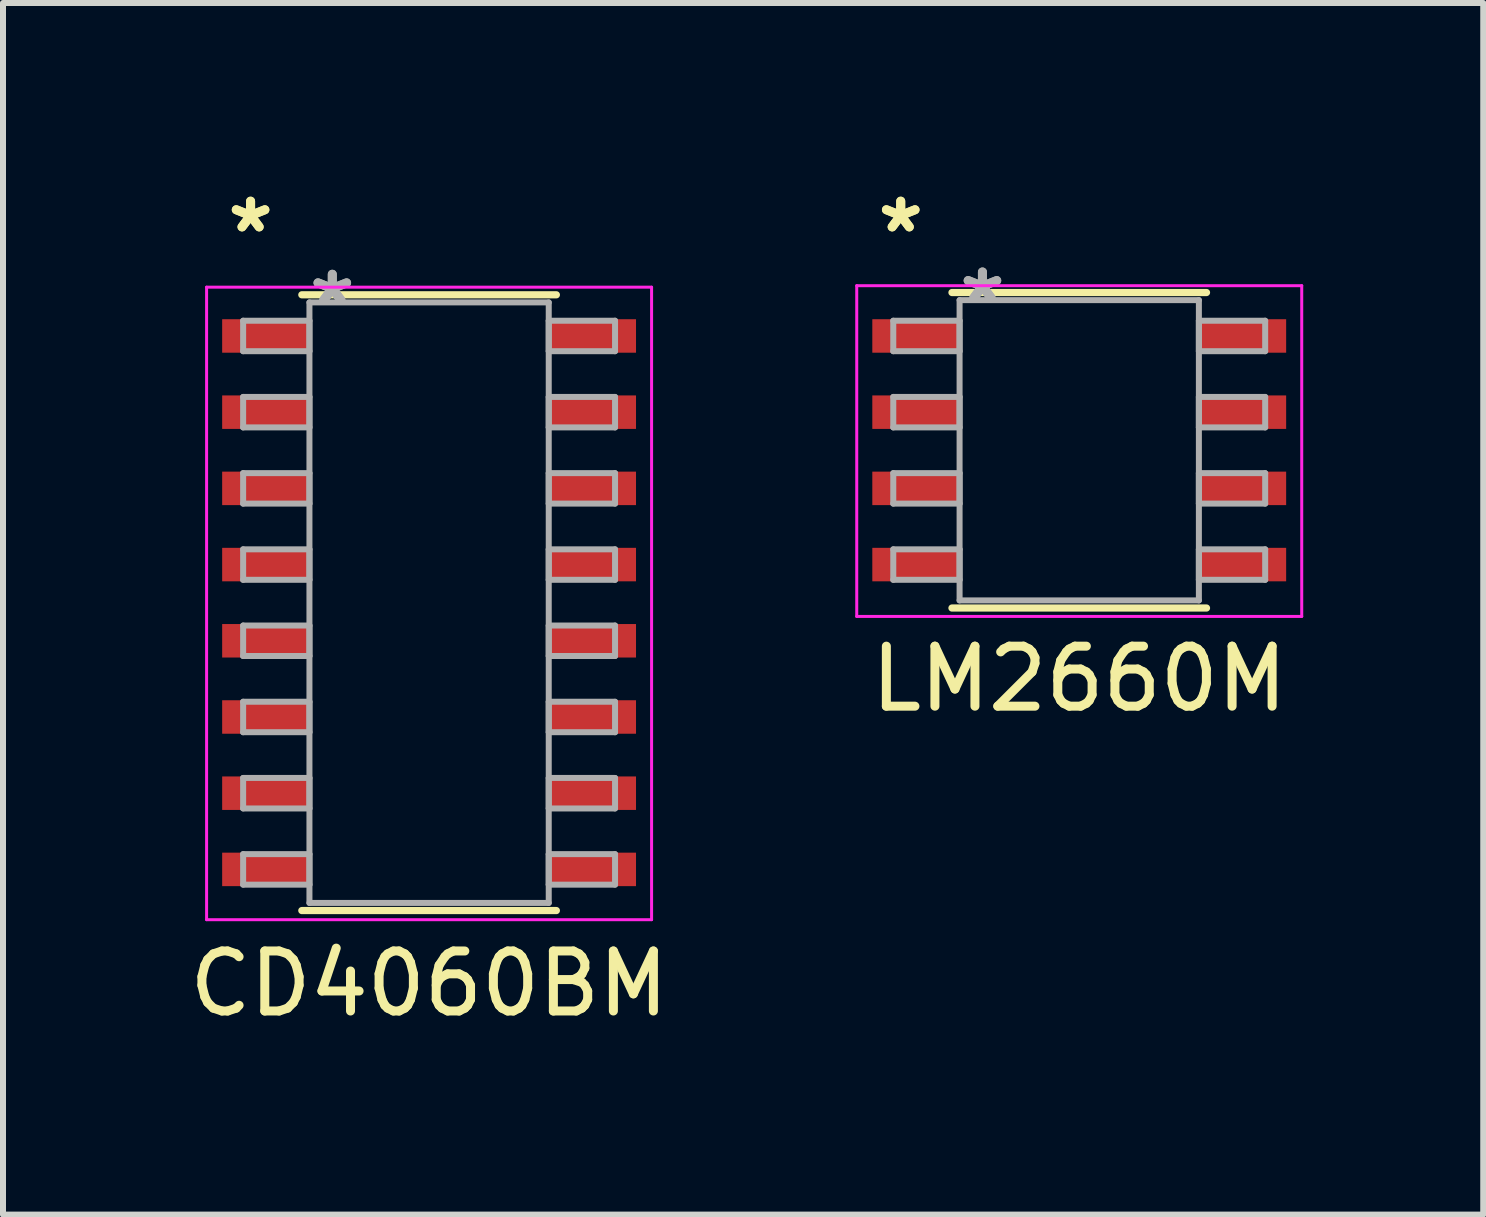
<source format=kicad_pcb>
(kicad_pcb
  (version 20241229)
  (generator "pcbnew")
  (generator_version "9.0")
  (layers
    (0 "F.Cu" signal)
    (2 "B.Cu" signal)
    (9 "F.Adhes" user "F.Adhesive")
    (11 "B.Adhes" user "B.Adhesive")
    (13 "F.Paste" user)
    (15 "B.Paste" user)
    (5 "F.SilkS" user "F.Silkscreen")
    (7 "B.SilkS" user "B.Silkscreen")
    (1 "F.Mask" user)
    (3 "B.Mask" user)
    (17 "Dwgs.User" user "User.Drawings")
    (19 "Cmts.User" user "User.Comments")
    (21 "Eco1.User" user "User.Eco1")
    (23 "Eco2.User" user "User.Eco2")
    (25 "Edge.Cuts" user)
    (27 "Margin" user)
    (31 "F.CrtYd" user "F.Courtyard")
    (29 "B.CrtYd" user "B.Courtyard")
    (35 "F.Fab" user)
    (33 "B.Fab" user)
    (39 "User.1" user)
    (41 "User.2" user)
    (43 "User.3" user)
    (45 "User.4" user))
  (footprint "CD4060BM"
    (layer "F.Cu")
    (at 4.101 6.994)
    (property "Reference" "CD4060BM" (at 0 6.35 0) (layer "F.SilkS") (effects (font (size 1 1) (thickness 0.15))))
    (attr through_hole)
    (fp_line (start -2.121 5.131) (end 2.121 5.131) (stroke (width 0.12) (type solid)) (layer "F.SilkS"))
    (fp_line (start 2.121 -5.131) (end -2.121 -5.131) (stroke (width 0.12) (type solid)) (layer "F.SilkS"))
    (fp_line (start -3.708 -5.258) (end -3.708 5.283) (stroke (width 0.05) (type solid)) (layer "F.CrtYd"))
    (fp_line (start -3.708 5.283) (end 3.708 5.283) (stroke (width 0.05) (type solid)) (layer "F.CrtYd"))
    (fp_line (start 3.708 -5.258) (end -3.708 -5.258) (stroke (width 0.05) (type solid)) (layer "F.CrtYd"))
    (fp_line (start 3.708 5.283) (end 3.708 -5.258) (stroke (width 0.05) (type solid)) (layer "F.CrtYd"))
    (fp_line (start -3.099 -4.699) (end -3.099 -4.191) (stroke (width 0.1) (type solid)) (layer "F.Fab"))
    (fp_line (start -3.099 -4.191) (end -1.994 -4.191) (stroke (width 0.1) (type solid)) (layer "F.Fab"))
    (fp_line (start -3.099 -3.429) (end -3.099 -2.921) (stroke (width 0.1) (type solid)) (layer "F.Fab"))
    (fp_line (start -3.099 -2.921) (end -1.994 -2.921) (stroke (width 0.1) (type solid)) (layer "F.Fab"))
    (fp_line (start -3.099 -2.159) (end -3.099 -1.651) (stroke (width 0.1) (type solid)) (layer "F.Fab"))
    (fp_line (start -3.099 -1.651) (end -1.994 -1.651) (stroke (width 0.1) (type solid)) (layer "F.Fab"))
    (fp_line (start -3.099 -0.889) (end -3.099 -0.381) (stroke (width 0.1) (type solid)) (layer "F.Fab"))
    (fp_line (start -3.099 -0.381) (end -1.994 -0.381) (stroke (width 0.1) (type solid)) (layer "F.Fab"))
    (fp_line (start -3.099 0.381) (end -3.099 0.889) (stroke (width 0.1) (type solid)) (layer "F.Fab"))
    (fp_line (start -3.099 0.889) (end -1.994 0.889) (stroke (width 0.1) (type solid)) (layer "F.Fab"))
    (fp_line (start -3.099 1.651) (end -3.099 2.159) (stroke (width 0.1) (type solid)) (layer "F.Fab"))
    (fp_line (start -3.099 2.159) (end -1.994 2.159) (stroke (width 0.1) (type solid)) (layer "F.Fab"))
    (fp_line (start -3.099 2.921) (end -3.099 3.429) (stroke (width 0.1) (type solid)) (layer "F.Fab"))
    (fp_line (start -3.099 3.429) (end -1.994 3.429) (stroke (width 0.1) (type solid)) (layer "F.Fab"))
    (fp_line (start -3.099 4.191) (end -3.099 4.699) (stroke (width 0.1) (type solid)) (layer "F.Fab"))
    (fp_line (start -3.099 4.699) (end -1.994 4.699) (stroke (width 0.1) (type solid)) (layer "F.Fab"))
    (fp_line (start -1.994 -5.004) (end -1.994 5.004) (stroke (width 0.1) (type solid)) (layer "F.Fab"))
    (fp_line (start -1.994 -4.699) (end -3.099 -4.699) (stroke (width 0.1) (type solid)) (layer "F.Fab"))
    (fp_line (start -1.994 -4.191) (end -1.994 -4.699) (stroke (width 0.1) (type solid)) (layer "F.Fab"))
    (fp_line (start -1.994 -3.429) (end -3.099 -3.429) (stroke (width 0.1) (type solid)) (layer "F.Fab"))
    (fp_line (start -1.994 -2.921) (end -1.994 -3.429) (stroke (width 0.1) (type solid)) (layer "F.Fab"))
    (fp_line (start -1.994 -2.159) (end -3.099 -2.159) (stroke (width 0.1) (type solid)) (layer "F.Fab"))
    (fp_line (start -1.994 -1.651) (end -1.994 -2.159) (stroke (width 0.1) (type solid)) (layer "F.Fab"))
    (fp_line (start -1.994 -0.889) (end -3.099 -0.889) (stroke (width 0.1) (type solid)) (layer "F.Fab"))
    (fp_line (start -1.994 -0.381) (end -1.994 -0.889) (stroke (width 0.1) (type solid)) (layer "F.Fab"))
    (fp_line (start -1.994 0.381) (end -3.099 0.381) (stroke (width 0.1) (type solid)) (layer "F.Fab"))
    (fp_line (start -1.994 0.889) (end -1.994 0.381) (stroke (width 0.1) (type solid)) (layer "F.Fab"))
    (fp_line (start -1.994 1.651) (end -3.099 1.651) (stroke (width 0.1) (type solid)) (layer "F.Fab"))
    (fp_line (start -1.994 2.159) (end -1.994 1.651) (stroke (width 0.1) (type solid)) (layer "F.Fab"))
    (fp_line (start -1.994 2.921) (end -3.099 2.921) (stroke (width 0.1) (type solid)) (layer "F.Fab"))
    (fp_line (start -1.994 3.429) (end -1.994 2.921) (stroke (width 0.1) (type solid)) (layer "F.Fab"))
    (fp_line (start -1.994 4.191) (end -3.099 4.191) (stroke (width 0.1) (type solid)) (layer "F.Fab"))
    (fp_line (start -1.994 4.699) (end -1.994 4.191) (stroke (width 0.1) (type solid)) (layer "F.Fab"))
    (fp_line (start -1.994 5.004) (end 1.994 5.004) (stroke (width 0.1) (type solid)) (layer "F.Fab"))
    (fp_line (start 1.994 -5.004) (end -1.994 -5.004) (stroke (width 0.1) (type solid)) (layer "F.Fab"))
    (fp_line (start 1.994 -4.699) (end 1.994 -4.191) (stroke (width 0.1) (type solid)) (layer "F.Fab"))
    (fp_line (start 1.994 -4.191) (end 3.099 -4.191) (stroke (width 0.1) (type solid)) (layer "F.Fab"))
    (fp_line (start 1.994 -3.429) (end 1.994 -2.921) (stroke (width 0.1) (type solid)) (layer "F.Fab"))
    (fp_line (start 1.994 -2.921) (end 3.099 -2.921) (stroke (width 0.1) (type solid)) (layer "F.Fab"))
    (fp_line (start 1.994 -2.159) (end 1.994 -1.651) (stroke (width 0.1) (type solid)) (layer "F.Fab"))
    (fp_line (start 1.994 -1.651) (end 3.099 -1.651) (stroke (width 0.1) (type solid)) (layer "F.Fab"))
    (fp_line (start 1.994 -0.889) (end 1.994 -0.381) (stroke (width 0.1) (type solid)) (layer "F.Fab"))
    (fp_line (start 1.994 -0.381) (end 3.099 -0.381) (stroke (width 0.1) (type solid)) (layer "F.Fab"))
    (fp_line (start 1.994 0.381) (end 1.994 0.889) (stroke (width 0.1) (type solid)) (layer "F.Fab"))
    (fp_line (start 1.994 0.889) (end 3.099 0.889) (stroke (width 0.1) (type solid)) (layer "F.Fab"))
    (fp_line (start 1.994 1.651) (end 1.994 2.159) (stroke (width 0.1) (type solid)) (layer "F.Fab"))
    (fp_line (start 1.994 2.159) (end 3.099 2.159) (stroke (width 0.1) (type solid)) (layer "F.Fab"))
    (fp_line (start 1.994 2.921) (end 1.994 3.429) (stroke (width 0.1) (type solid)) (layer "F.Fab"))
    (fp_line (start 1.994 3.429) (end 3.099 3.429) (stroke (width 0.1) (type solid)) (layer "F.Fab"))
    (fp_line (start 1.994 4.191) (end 1.994 4.699) (stroke (width 0.1) (type solid)) (layer "F.Fab"))
    (fp_line (start 1.994 4.699) (end 3.099 4.699) (stroke (width 0.1) (type solid)) (layer "F.Fab"))
    (fp_line (start 1.994 5.004) (end 1.994 -5.004) (stroke (width 0.1) (type solid)) (layer "F.Fab"))
    (fp_line (start 3.099 -4.699) (end 1.994 -4.699) (stroke (width 0.1) (type solid)) (layer "F.Fab"))
    (fp_line (start 3.099 -4.191) (end 3.099 -4.699) (stroke (width 0.1) (type solid)) (layer "F.Fab"))
    (fp_line (start 3.099 -3.429) (end 1.994 -3.429) (stroke (width 0.1) (type solid)) (layer "F.Fab"))
    (fp_line (start 3.099 -2.921) (end 3.099 -3.429) (stroke (width 0.1) (type solid)) (layer "F.Fab"))
    (fp_line (start 3.099 -2.159) (end 1.994 -2.159) (stroke (width 0.1) (type solid)) (layer "F.Fab"))
    (fp_line (start 3.099 -1.651) (end 3.099 -2.159) (stroke (width 0.1) (type solid)) (layer "F.Fab"))
    (fp_line (start 3.099 -0.889) (end 1.994 -0.889) (stroke (width 0.1) (type solid)) (layer "F.Fab"))
    (fp_line (start 3.099 -0.381) (end 3.099 -0.889) (stroke (width 0.1) (type solid)) (layer "F.Fab"))
    (fp_line (start 3.099 0.381) (end 1.994 0.381) (stroke (width 0.1) (type solid)) (layer "F.Fab"))
    (fp_line (start 3.099 0.889) (end 3.099 0.381) (stroke (width 0.1) (type solid)) (layer "F.Fab"))
    (fp_line (start 3.099 1.651) (end 1.994 1.651) (stroke (width 0.1) (type solid)) (layer "F.Fab"))
    (fp_line (start 3.099 2.159) (end 3.099 1.651) (stroke (width 0.1) (type solid)) (layer "F.Fab"))
    (fp_line (start 3.099 2.921) (end 1.994 2.921) (stroke (width 0.1) (type solid)) (layer "F.Fab"))
    (fp_line (start 3.099 3.429) (end 3.099 2.921) (stroke (width 0.1) (type solid)) (layer "F.Fab"))
    (fp_line (start 3.099 4.191) (end 1.994 4.191) (stroke (width 0.1) (type solid)) (layer "F.Fab"))
    (fp_line (start 3.099 4.699) (end 3.099 4.191) (stroke (width 0.1) (type solid)) (layer "F.Fab"))
    (fp_text user "*" (at -2.975 -6.146 0) (layer "F.SilkS") (effects (font (size 1 1) (thickness 0.15))))
    (fp_text user "*" (at -2.975 -6.146 0) (layer "F.SilkS") (effects (font (size 1 1) (thickness 0.15))))
    (fp_text user "*" (at -1.613 -4.928 0) (layer "F.Fab") (effects (font (size 1 1) (thickness 0.15))))
    (fp_text user "*" (at -1.613 -4.928 0) (layer "F.Fab") (effects (font (size 1 1) (thickness 0.15))))
    (pad "1" smd rect (at -2.721 -4.445) (size 1.455 0.558) (layers "F.Cu" "F.Mask" "F.Paste"))
    (pad "2" smd rect (at -2.721 -3.175) (size 1.455 0.558) (layers "F.Cu" "F.Mask" "F.Paste"))
    (pad "3" smd rect (at -2.721 -1.905) (size 1.455 0.558) (layers "F.Cu" "F.Mask" "F.Paste"))
    (pad "4" smd rect (at -2.721 -0.635) (size 1.455 0.558) (layers "F.Cu" "F.Mask" "F.Paste"))
    (pad "5" smd rect (at -2.721 0.635) (size 1.455 0.558) (layers "F.Cu" "F.Mask" "F.Paste"))
    (pad "6" smd rect (at -2.721 1.905) (size 1.455 0.558) (layers "F.Cu" "F.Mask" "F.Paste"))
    (pad "7" smd rect (at -2.721 3.175) (size 1.455 0.558) (layers "F.Cu" "F.Mask" "F.Paste"))
    (pad "8" smd rect (at -2.721 4.445) (size 1.455 0.558) (layers "F.Cu" "F.Mask" "F.Paste"))
    (pad "9" smd rect (at 2.721 4.445) (size 1.455 0.558) (layers "F.Cu" "F.Mask" "F.Paste"))
    (pad "10" smd rect (at 2.721 3.175) (size 1.455 0.558) (layers "F.Cu" "F.Mask" "F.Paste"))
    (pad "11" smd rect (at 2.721 1.905) (size 1.455 0.558) (layers "F.Cu" "F.Mask" "F.Paste"))
    (pad "12" smd rect (at 2.721 0.635) (size 1.455 0.558) (layers "F.Cu" "F.Mask" "F.Paste"))
    (pad "13" smd rect (at 2.721 -0.635) (size 1.455 0.558) (layers "F.Cu" "F.Mask" "F.Paste"))
    (pad "14" smd rect (at 2.721 -1.905) (size 1.455 0.558) (layers "F.Cu" "F.Mask" "F.Paste"))
    (pad "15" smd rect (at 2.721 -3.175) (size 1.455 0.558) (layers "F.Cu" "F.Mask" "F.Paste"))
    (pad "16" smd rect (at 2.721 -4.445) (size 1.455 0.558) (layers "F.Cu" "F.Mask" "F.Paste")))
  (footprint "LM2660M"
    (layer "F.Cu")
    (at 14.936 4.454)
    (property "Reference" "LM2660M" (at 0 3.81 0) (layer "F.SilkS") (effects (font (size 1 1) (thickness 0.15))))
    (attr through_hole)
    (fp_line (start -2.121 2.629) (end 2.121 2.629) (stroke (width 0.12) (type solid)) (layer "F.SilkS"))
    (fp_line (start 2.121 -2.629) (end -2.121 -2.629) (stroke (width 0.12) (type solid)) (layer "F.SilkS"))
    (fp_line (start -3.708 -2.743) (end -3.708 2.769) (stroke (width 0.05) (type solid)) (layer "F.CrtYd"))
    (fp_line (start -3.708 2.769) (end 3.708 2.769) (stroke (width 0.05) (type solid)) (layer "F.CrtYd"))
    (fp_line (start 3.708 -2.743) (end -3.708 -2.743) (stroke (width 0.05) (type solid)) (layer "F.CrtYd"))
    (fp_line (start 3.708 2.769) (end 3.708 -2.743) (stroke (width 0.05) (type solid)) (layer "F.CrtYd"))
    (fp_line (start -3.099 -2.159) (end -3.099 -1.651) (stroke (width 0.1) (type solid)) (layer "F.Fab"))
    (fp_line (start -3.099 -1.651) (end -1.994 -1.651) (stroke (width 0.1) (type solid)) (layer "F.Fab"))
    (fp_line (start -3.099 -0.889) (end -3.099 -0.381) (stroke (width 0.1) (type solid)) (layer "F.Fab"))
    (fp_line (start -3.099 -0.381) (end -1.994 -0.381) (stroke (width 0.1) (type solid)) (layer "F.Fab"))
    (fp_line (start -3.099 0.381) (end -3.099 0.889) (stroke (width 0.1) (type solid)) (layer "F.Fab"))
    (fp_line (start -3.099 0.889) (end -1.994 0.889) (stroke (width 0.1) (type solid)) (layer "F.Fab"))
    (fp_line (start -3.099 1.651) (end -3.099 2.159) (stroke (width 0.1) (type solid)) (layer "F.Fab"))
    (fp_line (start -3.099 2.159) (end -1.994 2.159) (stroke (width 0.1) (type solid)) (layer "F.Fab"))
    (fp_line (start -1.994 -2.502) (end -1.994 2.502) (stroke (width 0.1) (type solid)) (layer "F.Fab"))
    (fp_line (start -1.994 -2.159) (end -3.099 -2.159) (stroke (width 0.1) (type solid)) (layer "F.Fab"))
    (fp_line (start -1.994 -1.651) (end -1.994 -2.159) (stroke (width 0.1) (type solid)) (layer "F.Fab"))
    (fp_line (start -1.994 -0.889) (end -3.099 -0.889) (stroke (width 0.1) (type solid)) (layer "F.Fab"))
    (fp_line (start -1.994 -0.381) (end -1.994 -0.889) (stroke (width 0.1) (type solid)) (layer "F.Fab"))
    (fp_line (start -1.994 0.381) (end -3.099 0.381) (stroke (width 0.1) (type solid)) (layer "F.Fab"))
    (fp_line (start -1.994 0.889) (end -1.994 0.381) (stroke (width 0.1) (type solid)) (layer "F.Fab"))
    (fp_line (start -1.994 1.651) (end -3.099 1.651) (stroke (width 0.1) (type solid)) (layer "F.Fab"))
    (fp_line (start -1.994 2.159) (end -1.994 1.651) (stroke (width 0.1) (type solid)) (layer "F.Fab"))
    (fp_line (start -1.994 2.502) (end 1.994 2.502) (stroke (width 0.1) (type solid)) (layer "F.Fab"))
    (fp_line (start 1.994 -2.502) (end -1.994 -2.502) (stroke (width 0.1) (type solid)) (layer "F.Fab"))
    (fp_line (start 1.994 -2.159) (end 1.994 -1.651) (stroke (width 0.1) (type solid)) (layer "F.Fab"))
    (fp_line (start 1.994 -1.651) (end 3.099 -1.651) (stroke (width 0.1) (type solid)) (layer "F.Fab"))
    (fp_line (start 1.994 -0.889) (end 1.994 -0.381) (stroke (width 0.1) (type solid)) (layer "F.Fab"))
    (fp_line (start 1.994 -0.381) (end 3.099 -0.381) (stroke (width 0.1) (type solid)) (layer "F.Fab"))
    (fp_line (start 1.994 0.381) (end 1.994 0.889) (stroke (width 0.1) (type solid)) (layer "F.Fab"))
    (fp_line (start 1.994 0.889) (end 3.099 0.889) (stroke (width 0.1) (type solid)) (layer "F.Fab"))
    (fp_line (start 1.994 1.651) (end 1.994 2.159) (stroke (width 0.1) (type solid)) (layer "F.Fab"))
    (fp_line (start 1.994 2.159) (end 3.099 2.159) (stroke (width 0.1) (type solid)) (layer "F.Fab"))
    (fp_line (start 1.994 2.502) (end 1.994 -2.502) (stroke (width 0.1) (type solid)) (layer "F.Fab"))
    (fp_line (start 3.099 -2.159) (end 1.994 -2.159) (stroke (width 0.1) (type solid)) (layer "F.Fab"))
    (fp_line (start 3.099 -1.651) (end 3.099 -2.159) (stroke (width 0.1) (type solid)) (layer "F.Fab"))
    (fp_line (start 3.099 -0.889) (end 1.994 -0.889) (stroke (width 0.1) (type solid)) (layer "F.Fab"))
    (fp_line (start 3.099 -0.381) (end 3.099 -0.889) (stroke (width 0.1) (type solid)) (layer "F.Fab"))
    (fp_line (start 3.099 0.381) (end 1.994 0.381) (stroke (width 0.1) (type solid)) (layer "F.Fab"))
    (fp_line (start 3.099 0.889) (end 3.099 0.381) (stroke (width 0.1) (type solid)) (layer "F.Fab"))
    (fp_line (start 3.099 1.651) (end 1.994 1.651) (stroke (width 0.1) (type solid)) (layer "F.Fab"))
    (fp_line (start 3.099 2.159) (end 3.099 1.651) (stroke (width 0.1) (type solid)) (layer "F.Fab"))
    (fp_text user "*" (at -2.975 -3.606 0) (layer "F.SilkS") (effects (font (size 1 1) (thickness 0.15))))
    (fp_text user "*" (at -2.975 -3.606 0) (layer "F.SilkS") (effects (font (size 1 1) (thickness 0.15))))
    (fp_text user "*" (at -1.613 -2.426 0) (layer "F.Fab") (effects (font (size 1 1) (thickness 0.15))))
    (fp_text user "*" (at -1.613 -2.426 0) (layer "F.Fab") (effects (font (size 1 1) (thickness 0.15))))
    (pad "1" smd rect (at -2.721 -1.905) (size 1.455 0.558) (layers "F.Cu" "F.Mask" "F.Paste"))
    (pad "2" smd rect (at -2.721 -0.635) (size 1.455 0.558) (layers "F.Cu" "F.Mask" "F.Paste"))
    (pad "3" smd rect (at -2.721 0.635) (size 1.455 0.558) (layers "F.Cu" "F.Mask" "F.Paste"))
    (pad "4" smd rect (at -2.721 1.905) (size 1.455 0.558) (layers "F.Cu" "F.Mask" "F.Paste"))
    (pad "5" smd rect (at 2.721 1.905) (size 1.455 0.558) (layers "F.Cu" "F.Mask" "F.Paste"))
    (pad "6" smd rect (at 2.721 0.635) (size 1.455 0.558) (layers "F.Cu" "F.Mask" "F.Paste"))
    (pad "7" smd rect (at 2.721 -0.635) (size 1.455 0.558) (layers "F.Cu" "F.Mask" "F.Paste"))
    (pad "8" smd rect (at 2.721 -1.905) (size 1.455 0.558) (layers "F.Cu" "F.Mask" "F.Paste")))
  (gr_rect
    (start -3 -3)
    (end 21.669 17.192)
    (stroke (width 0.1) (type default))
    (fill no)
    (layer "Edge.Cuts")))
</source>
